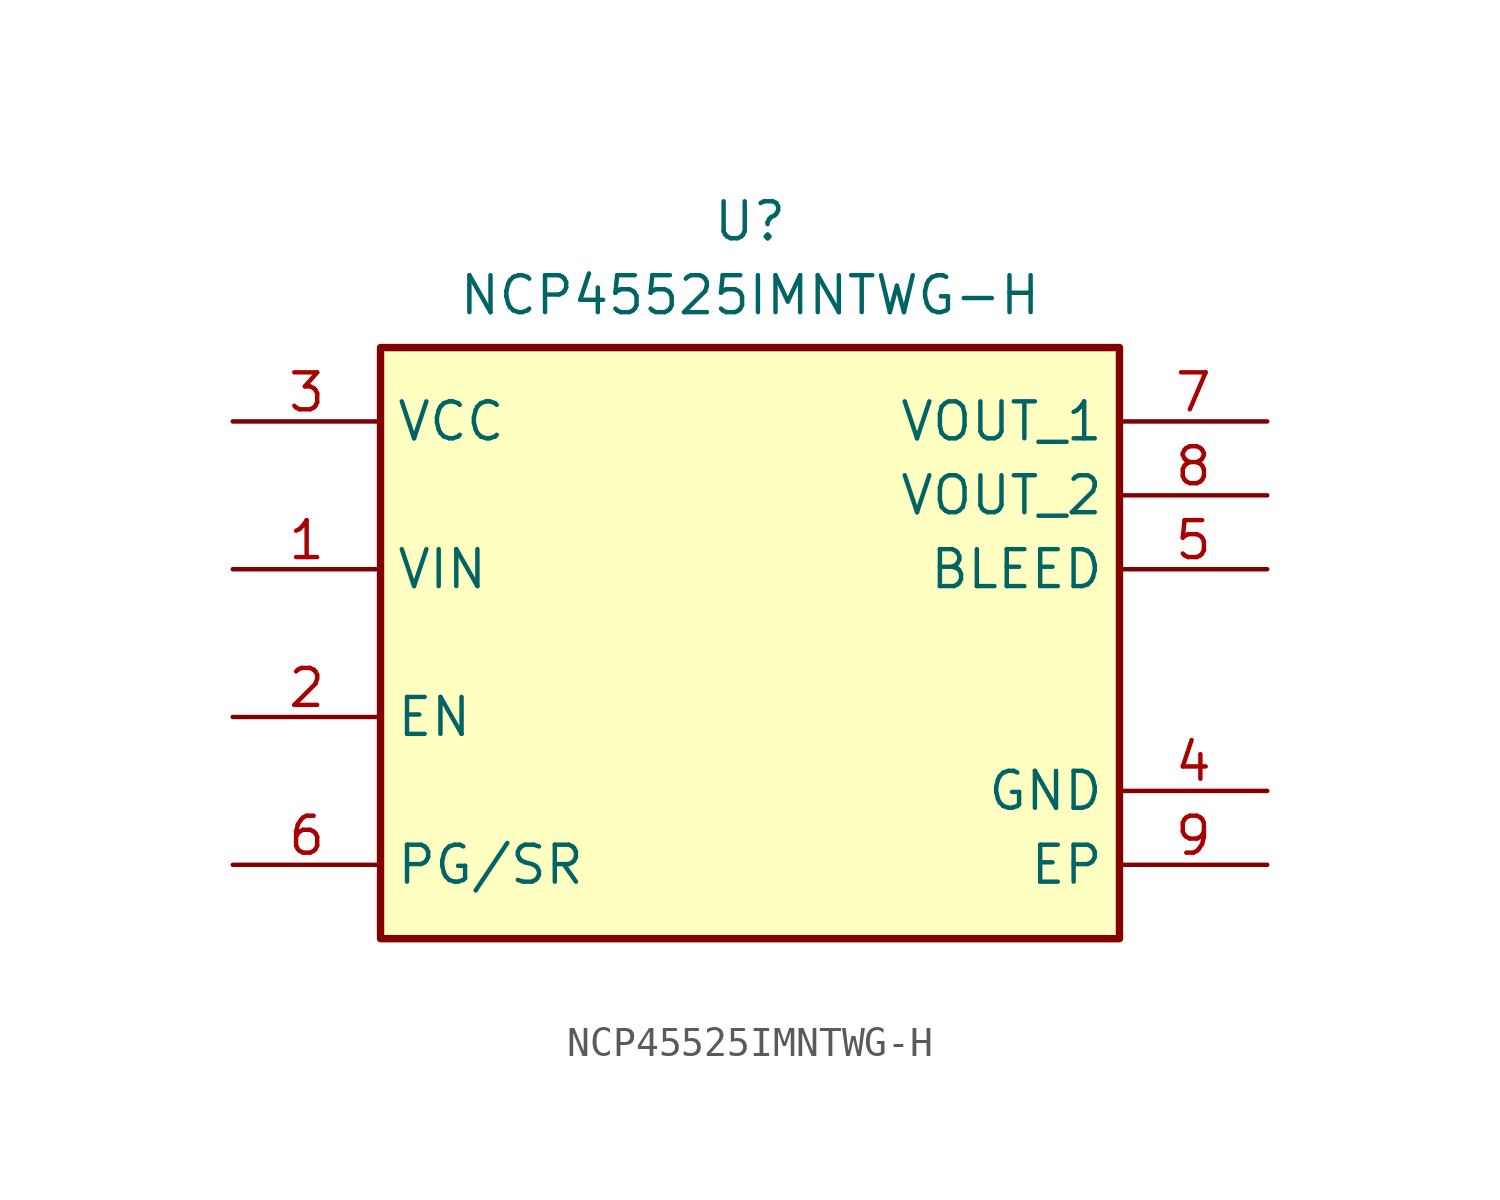
<source format=kicad_sym>
(kicad_symbol_lib
  (version 20220914)
  (generator kicad_symbol_editor)
  (symbol "NCP45525IMNTWG-H"
    (property "Reference" "U"
      (at 0 15.24 0)
      (effects (font (size 1.27 1.27)) (justify top)))
    (property "Value" "NCP45525IMNTWG-H"
      (at 0 12.7 0)
      (effects (font (size 1.27 1.27)) (justify top)))
    (symbol "NCP45525IMNTWG-H_1_1"
      (rectangle (start -12.7 10.16) (end 12.7 -10.16) (stroke (width 0.254) (type default)) (fill (type background)))
      (pin passive line (at -17.78 2.54 0) (length 5.08) (name "VIN" (effects (font (size 1.27 1.27)))) (number "1" (effects (font (size 1.27 1.27)))))
      (pin passive line (at -17.78 -2.54 0) (length 5.08) (name "EN" (effects (font (size 1.27 1.27)))) (number "2" (effects (font (size 1.27 1.27)))))
      (pin passive line (at -17.78 7.62 0) (length 5.08) (name "VCC" (effects (font (size 1.27 1.27)))) (number "3" (effects (font (size 1.27 1.27)))))
      (pin passive line (at 17.78 -5.08 180) (length 5.08) (name "GND" (effects (font (size 1.27 1.27)))) (number "4" (effects (font (size 1.27 1.27)))))
      (pin passive line (at 17.78 2.54 180) (length 5.08) (name "BLEED" (effects (font (size 1.27 1.27)))) (number "5" (effects (font (size 1.27 1.27)))))
      (pin passive line (at -17.78 -7.62 0) (length 5.08) (name "PG/SR" (effects (font (size 1.27 1.27)))) (number "6" (effects (font (size 1.27 1.27)))))
      (pin passive line (at 17.78 7.62 180) (length 5.08) (name "VOUT_1" (effects (font (size 1.27 1.27)))) (number "7" (effects (font (size 1.27 1.27)))))
      (pin passive line (at 17.78 5.08 180) (length 5.08) (name "VOUT_2" (effects (font (size 1.27 1.27)))) (number "8" (effects (font (size 1.27 1.27)))))
      (pin passive line (at 17.78 -7.62 180) (length 5.08) (name "EP" (effects (font (size 1.27 1.27)))) (number "9" (effects (font (size 1.27 1.27))))))))
</source>
